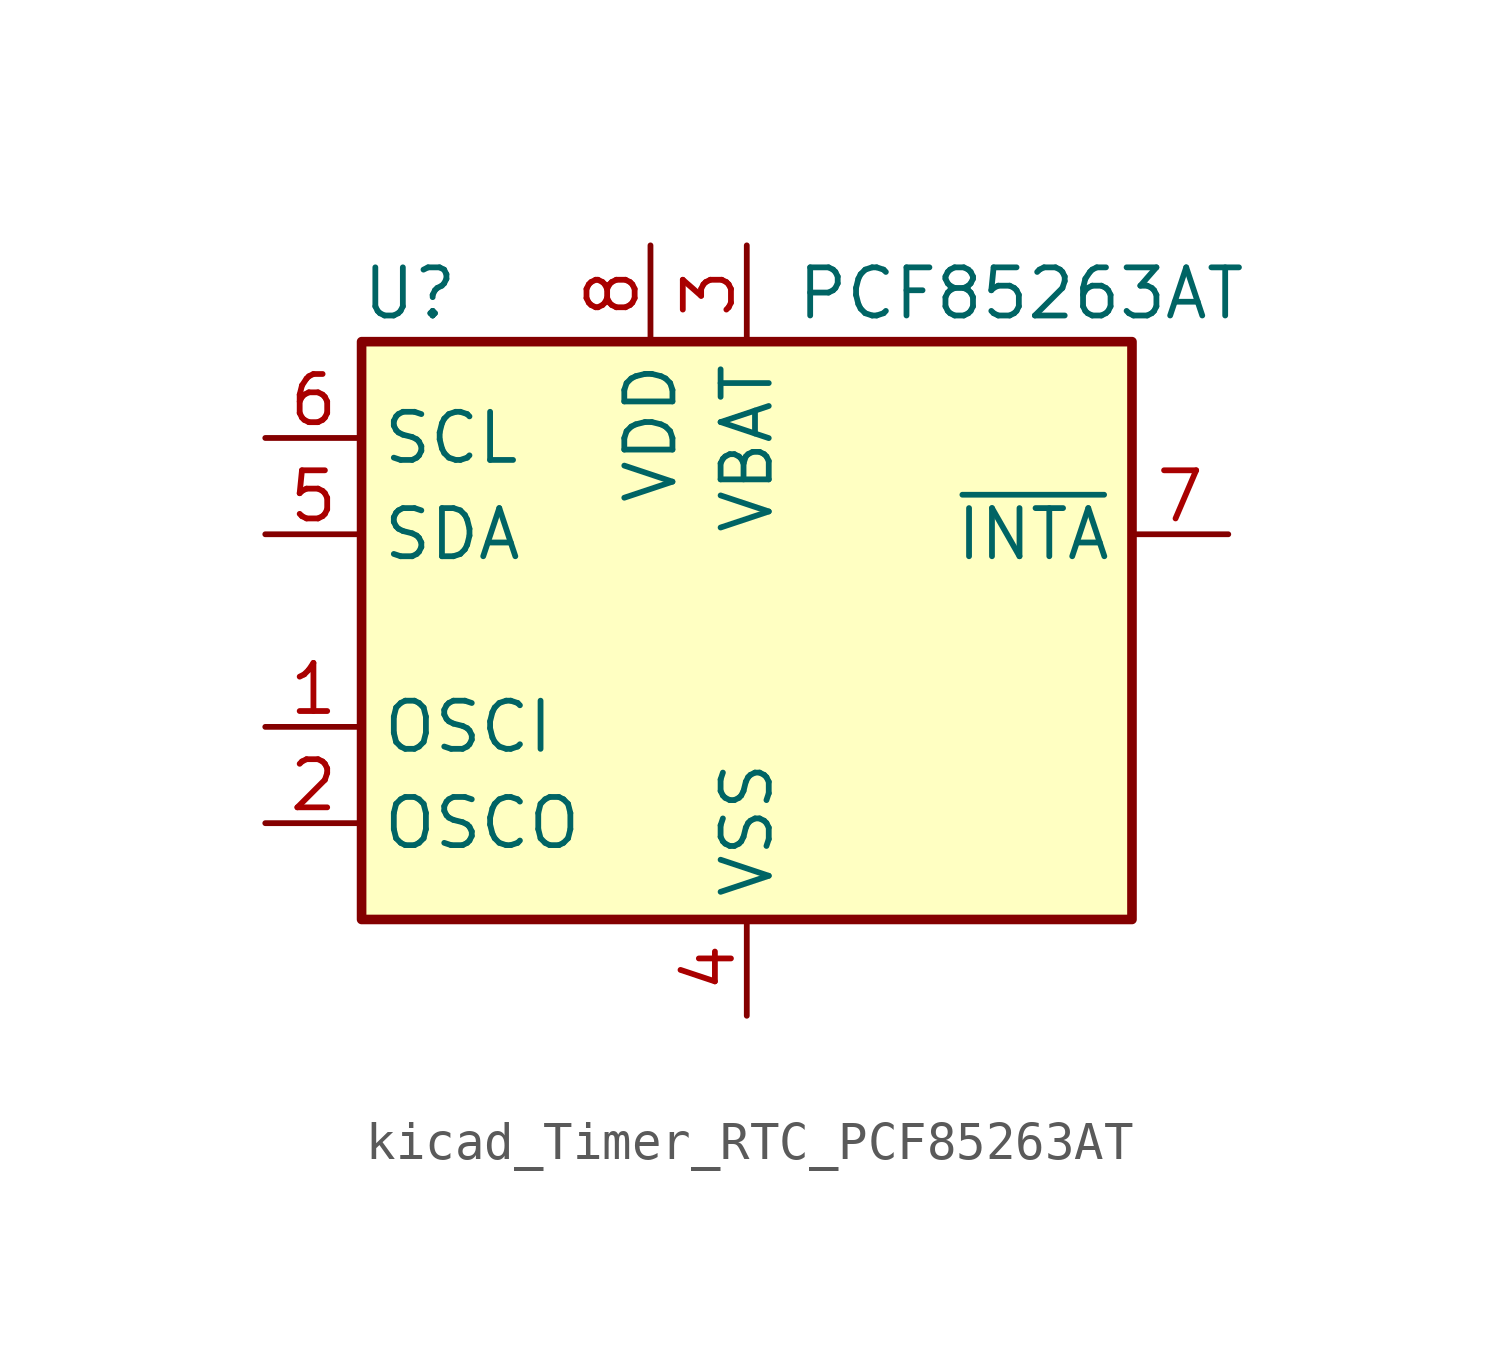
<source format=kicad_sym>
(kicad_symbol_lib
  (version 20220914)
  (generator kicad_symbol_editor)
  (symbol "kicad_Timer_RTC_PCF85263AT"
    (property "Reference" "U"
      (at -8.89 8.89 0)
      (effects (font (size 1.27 1.27))))
    (property "Value" "PCF85263AT"
      (at 1.27 8.89 0)
      (effects (font (size 1.27 1.27)) (justify left)))
    (symbol "kicad_Timer_RTC_PCF85263AT_0_1"
      (rectangle (start -10.16 7.62) (end 10.16 -7.62) (stroke (width 0.254) (type default)) (fill (type background))))
    (symbol "kicad_Timer_RTC_PCF85263AT_1_1"
      (pin input line (at -12.7 -2.54 0) (length 2.54) (name "OSCI" (effects (font (size 1.27 1.27)))) (number "1" (effects (font (size 1.27 1.27)))))
      (pin output line (at -12.7 -5.08 0) (length 2.54) (name "OSCO" (effects (font (size 1.27 1.27)))) (number "2" (effects (font (size 1.27 1.27)))))
      (pin power_in line (at 0 10.16 270) (length 2.54) (name "VBAT" (effects (font (size 1.27 1.27)))) (number "3" (effects (font (size 1.27 1.27)))))
      (pin power_in line (at 0 -10.16 90) (length 2.54) (name "VSS" (effects (font (size 1.27 1.27)))) (number "4" (effects (font (size 1.27 1.27)))))
      (pin bidirectional line (at -12.7 2.54 0) (length 2.54) (name "SDA" (effects (font (size 1.27 1.27)))) (number "5" (effects (font (size 1.27 1.27)))))
      (pin input line (at -12.7 5.08 0) (length 2.54) (name "SCL" (effects (font (size 1.27 1.27)))) (number "6" (effects (font (size 1.27 1.27)))))
      (pin open_collector line (at 12.7 2.54 180) (length 2.54) (name "~{INTA}" (effects (font (size 1.27 1.27)))) (number "7" (effects (font (size 1.27 1.27)))))
      (pin power_in line (at -2.54 10.16 270) (length 2.54) (name "VDD" (effects (font (size 1.27 1.27)))) (number "8" (effects (font (size 1.27 1.27))))))))
</source>
